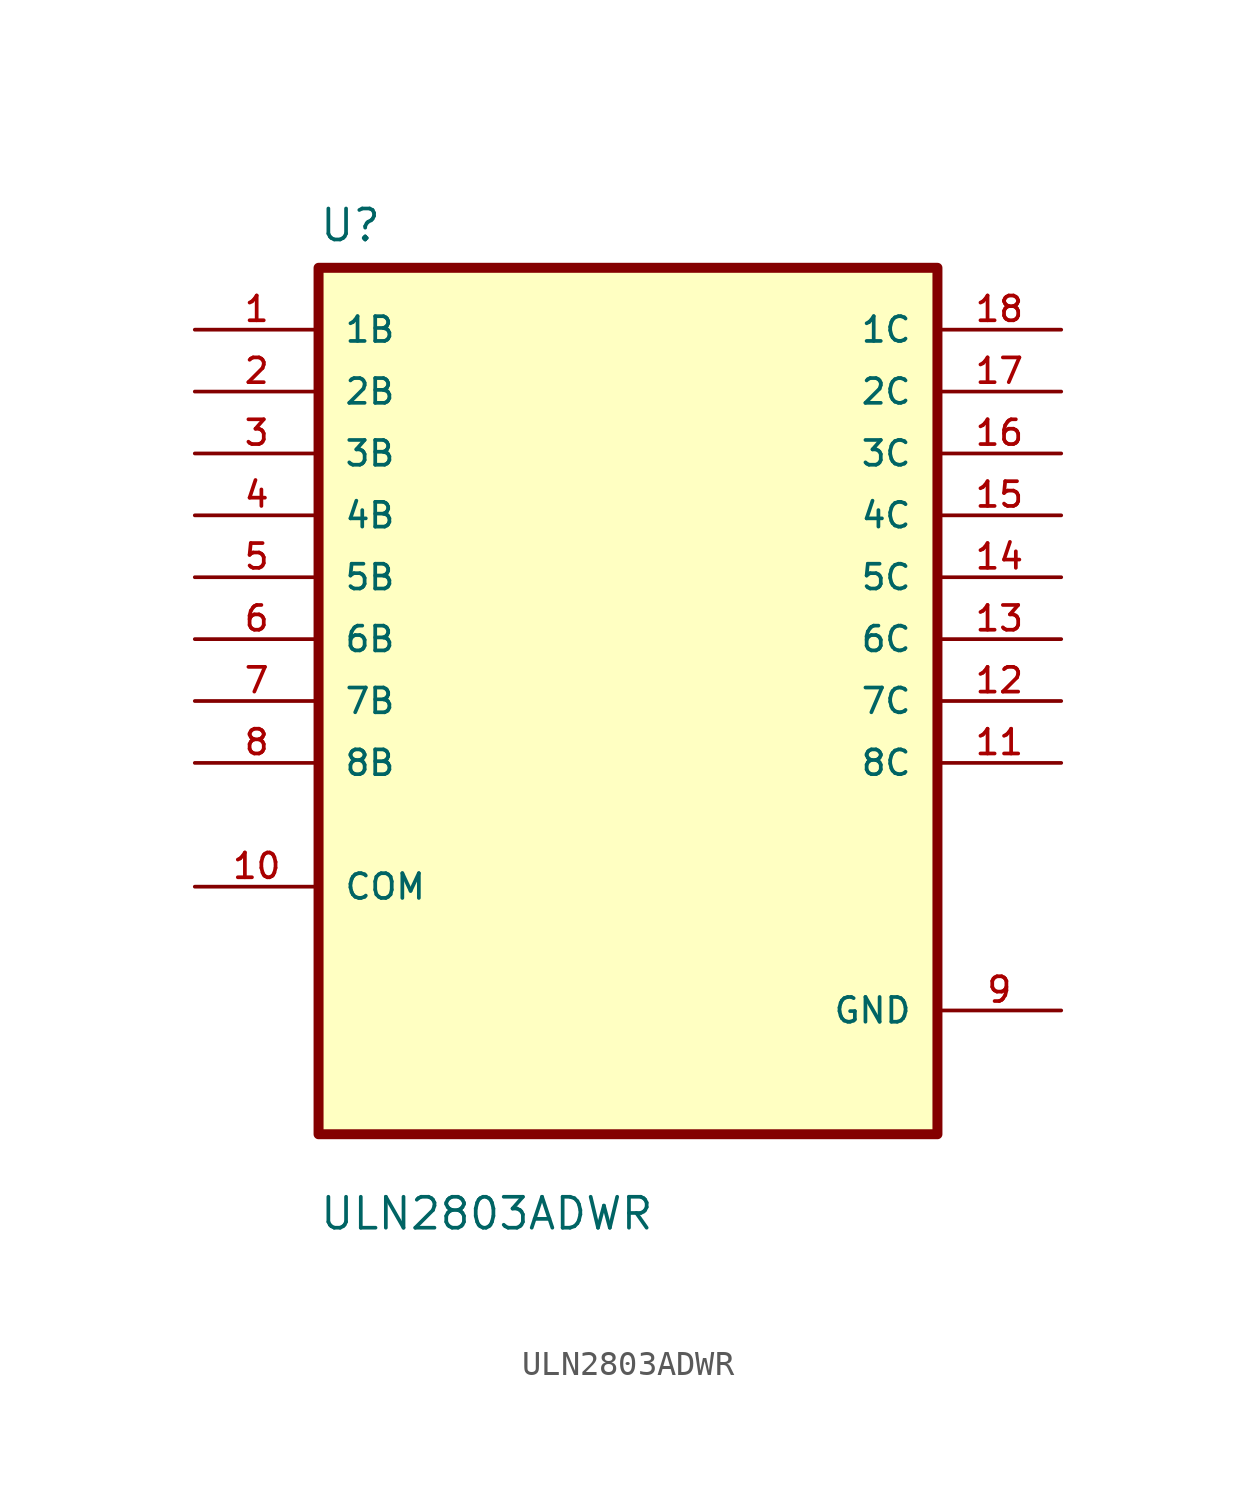
<source format=kicad_sym>
(kicad_symbol_lib
  (version 20211014)
  (generator kicad_symbol_editor)
  (symbol "ULN2803ADWR"
    (pin_names
      (offset 1.016))
    (property "Reference" "U"
      (at -12.7 18.78 0.0)
      (effects (font (size 1.27 1.27)) (justify bottom left)))
    (property "Value" "ULN2803ADWR"
      (at -12.7 -21.78 0.0)
      (effects (font (size 1.27 1.27)) (justify bottom left)))
    (symbol "ULN2803ADWR_0_0"
      (rectangle (start -12.7 -17.78) (end 12.7 17.78) (stroke (width 0.41)) (fill (type background)))
      (pin input line (at -17.78 15.24 0) (length 5.08) (name "1B" (effects (font (size 1.016 1.016)))) (number "1" (effects (font (size 1.016 1.016)))))
      (pin input line (at -17.78 12.7 0) (length 5.08) (name "2B" (effects (font (size 1.016 1.016)))) (number "2" (effects (font (size 1.016 1.016)))))
      (pin input line (at -17.78 10.16 0) (length 5.08) (name "3B" (effects (font (size 1.016 1.016)))) (number "3" (effects (font (size 1.016 1.016)))))
      (pin input line (at -17.78 7.62 0) (length 5.08) (name "4B" (effects (font (size 1.016 1.016)))) (number "4" (effects (font (size 1.016 1.016)))))
      (pin input line (at -17.78 5.08 0) (length 5.08) (name "5B" (effects (font (size 1.016 1.016)))) (number "5" (effects (font (size 1.016 1.016)))))
      (pin input line (at -17.78 2.54 0) (length 5.08) (name "6B" (effects (font (size 1.016 1.016)))) (number "6" (effects (font (size 1.016 1.016)))))
      (pin input line (at -17.78 3.55271e-15 0) (length 5.08) (name "7B" (effects (font (size 1.016 1.016)))) (number "7" (effects (font (size 1.016 1.016)))))
      (pin input line (at -17.78 -2.54 0) (length 5.08) (name "8B" (effects (font (size 1.016 1.016)))) (number "8" (effects (font (size 1.016 1.016)))))
      (pin bidirectional line (at -17.78 -7.62 0) (length 5.08) (name "COM" (effects (font (size 1.016 1.016)))) (number "10" (effects (font (size 1.016 1.016)))))
      (pin output line (at 17.78 15.24 180.0) (length 5.08) (name "1C" (effects (font (size 1.016 1.016)))) (number "18" (effects (font (size 1.016 1.016)))))
      (pin output line (at 17.78 12.7 180.0) (length 5.08) (name "2C" (effects (font (size 1.016 1.016)))) (number "17" (effects (font (size 1.016 1.016)))))
      (pin output line (at 17.78 10.16 180.0) (length 5.08) (name "3C" (effects (font (size 1.016 1.016)))) (number "16" (effects (font (size 1.016 1.016)))))
      (pin output line (at 17.78 7.62 180.0) (length 5.08) (name "4C" (effects (font (size 1.016 1.016)))) (number "15" (effects (font (size 1.016 1.016)))))
      (pin output line (at 17.78 5.08 180.0) (length 5.08) (name "5C" (effects (font (size 1.016 1.016)))) (number "14" (effects (font (size 1.016 1.016)))))
      (pin output line (at 17.78 2.54 180.0) (length 5.08) (name "6C" (effects (font (size 1.016 1.016)))) (number "13" (effects (font (size 1.016 1.016)))))
      (pin output line (at 17.78 3.55271e-15 180.0) (length 5.08) (name "7C" (effects (font (size 1.016 1.016)))) (number "12" (effects (font (size 1.016 1.016)))))
      (pin output line (at 17.78 -2.54 180.0) (length 5.08) (name "8C" (effects (font (size 1.016 1.016)))) (number "11" (effects (font (size 1.016 1.016)))))
      (pin power_in line (at 17.78 -12.7 180.0) (length 5.08) (name "GND" (effects (font (size 1.016 1.016)))) (number "9" (effects (font (size 1.016 1.016))))))))
</source>
